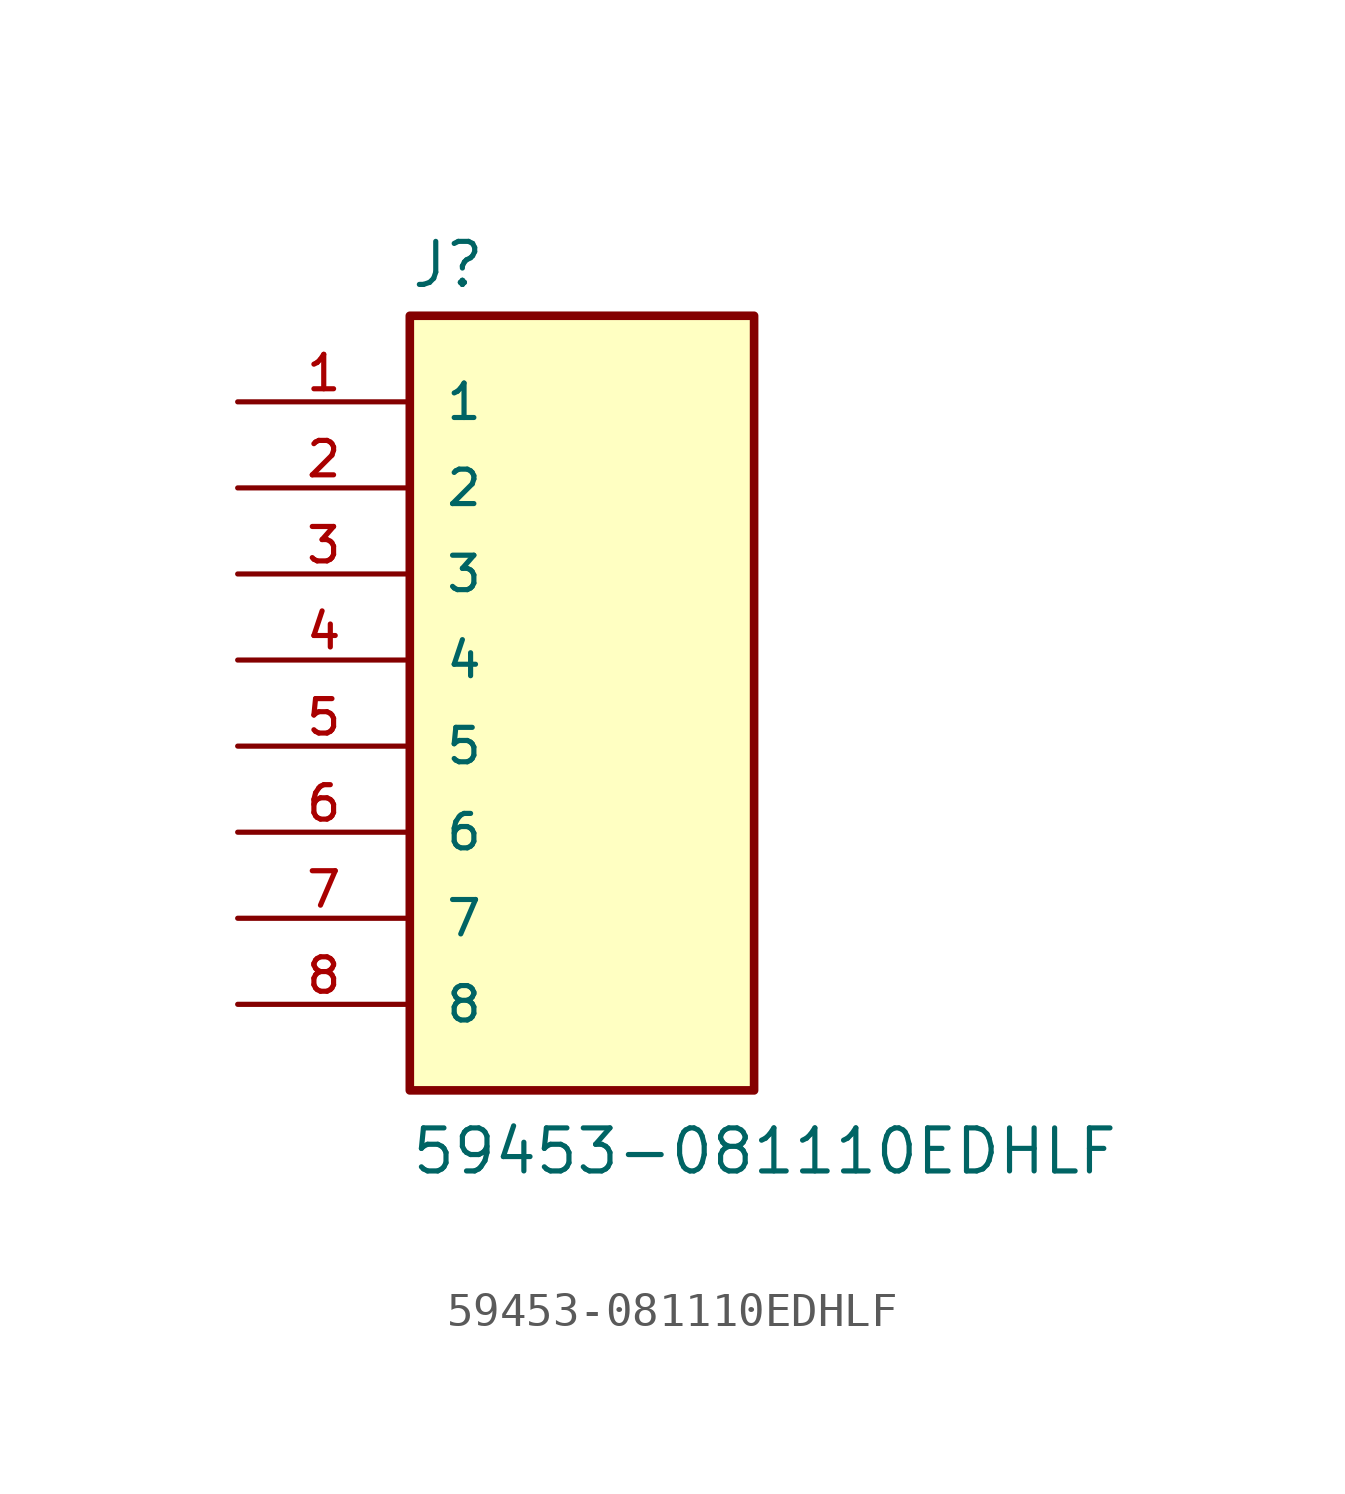
<source format=kicad_sym>
(kicad_symbol_lib
  (version 20231120)
  (generator "kicad_symbol_editor")
  (generator_version "8.99")
  (symbol "59453-081110EDHLF"
    (pin_names
      (offset 1.016))
    (property "Reference" "J"
      (at -5.08 10.922 0)
      (effects (font (size 1.27 1.27)) (justify left bottom)))
    (property "Value" "59453-081110EDHLF"
      (at -5.08 -15.24 0)
      (effects (font (size 1.27 1.27)) (justify left bottom)))
    (symbol "59453-081110EDHLF_0_0"
      (rectangle (start -5.08 -12.7) (end 5.08 10.16) (stroke (width 0.254) (type default)) (fill (type background)))
      (pin passive line (at -10.16 7.62 0) (length 5.08) (name "1" (effects (font (size 1.016 1.016)))) (number "1" (effects (font (size 1.016 1.016)))))
      (pin passive line (at -10.16 5.08 0) (length 5.08) (name "2" (effects (font (size 1.016 1.016)))) (number "2" (effects (font (size 1.016 1.016)))))
      (pin passive line (at -10.16 2.54 0) (length 5.08) (name "3" (effects (font (size 1.016 1.016)))) (number "3" (effects (font (size 1.016 1.016)))))
      (pin passive line (at -10.16 0 0) (length 5.08) (name "4" (effects (font (size 1.016 1.016)))) (number "4" (effects (font (size 1.016 1.016)))))
      (pin passive line (at -10.16 -2.54 0) (length 5.08) (name "5" (effects (font (size 1.016 1.016)))) (number "5" (effects (font (size 1.016 1.016)))))
      (pin passive line (at -10.16 -5.08 0) (length 5.08) (name "6" (effects (font (size 1.016 1.016)))) (number "6" (effects (font (size 1.016 1.016)))))
      (pin passive line (at -10.16 -7.62 0) (length 5.08) (name "7" (effects (font (size 1.016 1.016)))) (number "7" (effects (font (size 1.016 1.016)))))
      (pin passive line (at -10.16 -10.16 0) (length 5.08) (name "8" (effects (font (size 1.016 1.016)))) (number "8" (effects (font (size 1.016 1.016))))))))
</source>
